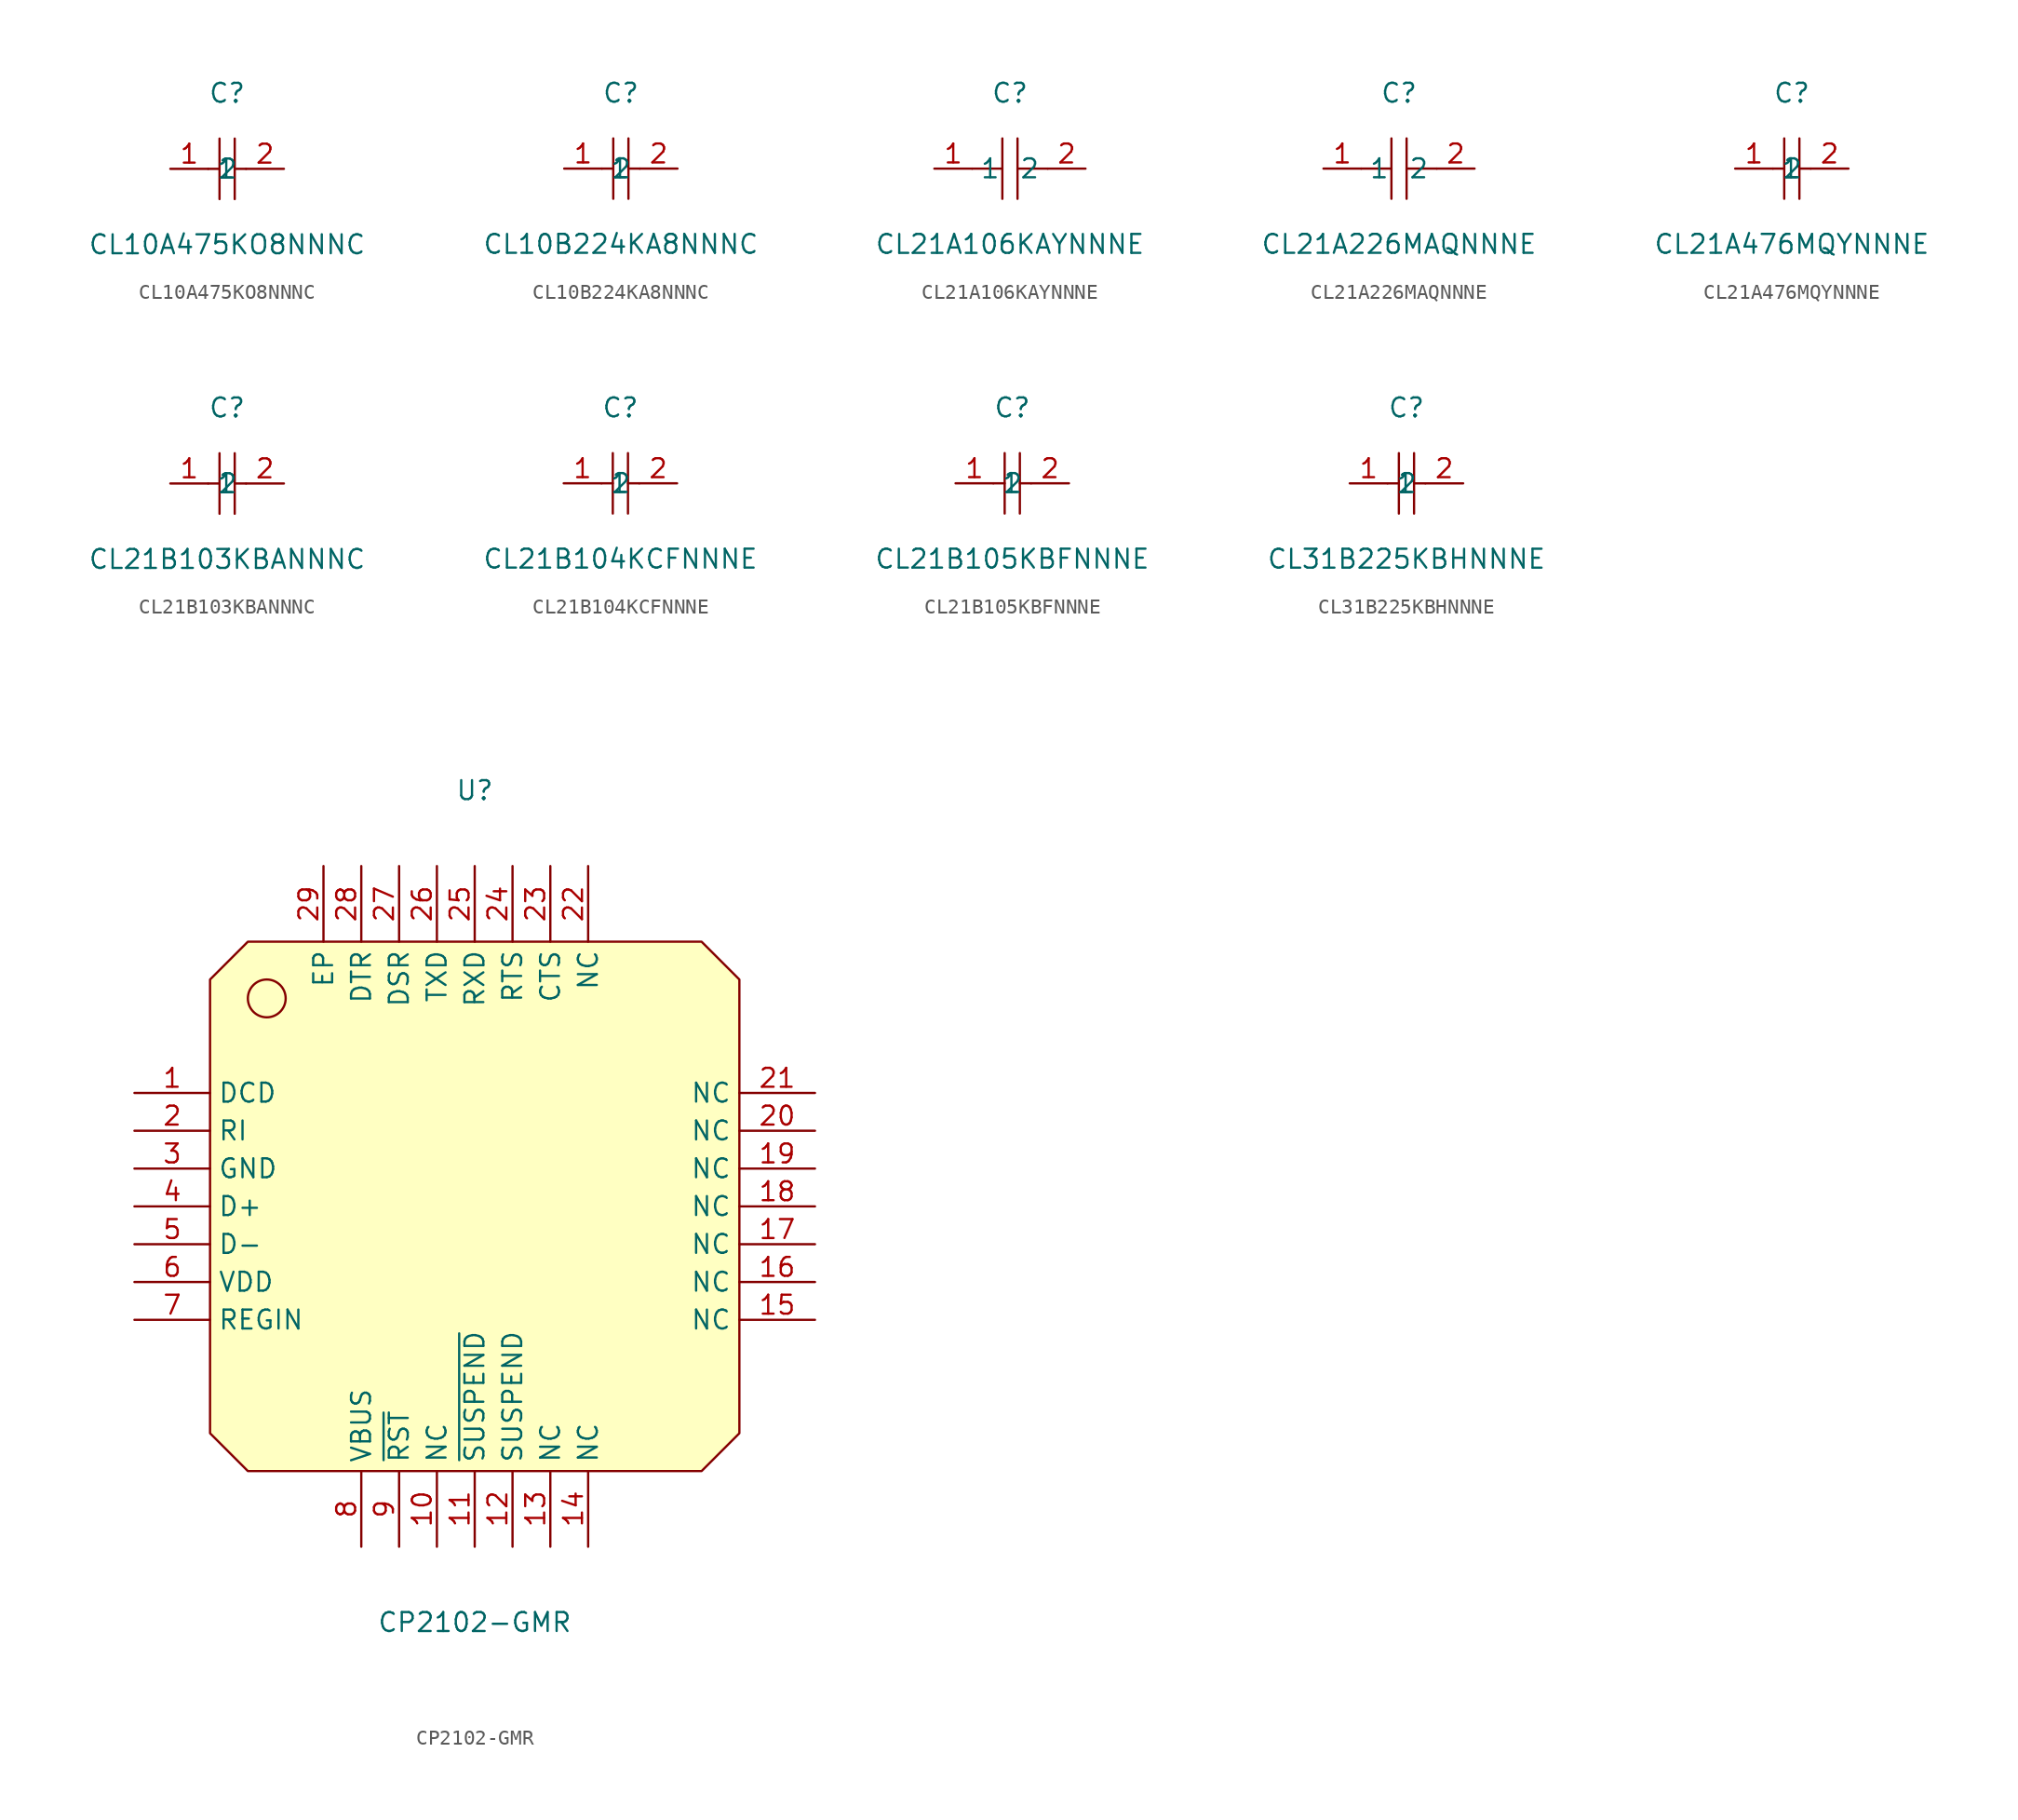
<source format=kicad_sym>
(kicad_symbol_lib
  (version 20231120)
  (generator "kicad_symbol_editor")
  (generator_version "8.0")
  (symbol "CL10A475KO8NNNC"
    (property "Reference" "C"
      (at 0 5.08 0)
      (effects (font (size 1.27 1.27))))
    (property "Value" "CL10A475KO8NNNC"
      (at 0 -5.08 0)
      (effects (font (size 1.27 1.27))))
    (symbol "CL10A475KO8NNNC_0_1"
      (polyline (pts (xy -1.27 0) (xy -0.51 0)) (stroke (width 0) (type default)) (fill (type none)))
      (polyline (pts (xy -0.51 2.03) (xy -0.51 -2.03)) (stroke (width 0) (type default)) (fill (type none)))
      (polyline (pts (xy 0.51 0) (xy 1.27 0)) (stroke (width 0) (type default)) (fill (type none)))
      (polyline (pts (xy 0.51 2.03) (xy 0.51 -2.03)) (stroke (width 0) (type default)) (fill (type none)))
      (pin input line (at -3.81 0 0) (length 2.54) (name "1" (effects (font (size 1.27 1.27)))) (number "1" (effects (font (size 1.27 1.27)))))
      (pin input line (at 3.81 0 180) (length 2.54) (name "2" (effects (font (size 1.27 1.27)))) (number "2" (effects (font (size 1.27 1.27)))))))
  (symbol "CL10B224KA8NNNC"
    (property "Reference" "C"
      (at 0 5.08 0)
      (effects (font (size 1.27 1.27))))
    (property "Value" "CL10B224KA8NNNC"
      (at 0 -5.08 0)
      (effects (font (size 1.27 1.27))))
    (symbol "CL10B224KA8NNNC_0_1"
      (polyline (pts (xy -1.27 0) (xy -0.51 0)) (stroke (width 0) (type default)) (fill (type none)))
      (polyline (pts (xy -0.51 2.03) (xy -0.51 -2.03)) (stroke (width 0) (type default)) (fill (type none)))
      (polyline (pts (xy 0.51 0) (xy 1.27 0)) (stroke (width 0) (type default)) (fill (type none)))
      (polyline (pts (xy 0.51 2.03) (xy 0.51 -2.03)) (stroke (width 0) (type default)) (fill (type none)))
      (pin input line (at -3.81 0 0) (length 2.54) (name "1" (effects (font (size 1.27 1.27)))) (number "1" (effects (font (size 1.27 1.27)))))
      (pin input line (at 3.81 0 180) (length 2.54) (name "2" (effects (font (size 1.27 1.27)))) (number "2" (effects (font (size 1.27 1.27)))))))
  (symbol "CL21A106KAYNNNE"
    (property "Reference" "C"
      (at 0 5.08 0)
      (effects (font (size 1.27 1.27))))
    (property "Value" "CL21A106KAYNNNE"
      (at 0 -5.08 0)
      (effects (font (size 1.27 1.27))))
    (symbol "CL21A106KAYNNNE_0_1"
      (polyline (pts (xy -0.51 -2.03) (xy -0.51 2.03)) (stroke (width 0) (type default)) (fill (type none)))
      (polyline (pts (xy -0.51 0) (xy -2.54 0)) (stroke (width 0) (type default)) (fill (type none)))
      (polyline (pts (xy 0.51 2.03) (xy 0.51 -2.03)) (stroke (width 0) (type default)) (fill (type none)))
      (polyline (pts (xy 2.54 0) (xy 0.51 0)) (stroke (width 0) (type default)) (fill (type none)))
      (pin unspecified line (at -5.08 0 0) (length 2.54) (name "1" (effects (font (size 1.27 1.27)))) (number "1" (effects (font (size 1.27 1.27)))))
      (pin unspecified line (at 5.08 0 180) (length 2.54) (name "2" (effects (font (size 1.27 1.27)))) (number "2" (effects (font (size 1.27 1.27)))))))
  (symbol "CL21A226MAQNNNE"
    (property "Reference" "C"
      (at 0 5.08 0)
      (effects (font (size 1.27 1.27))))
    (property "Value" "CL21A226MAQNNNE"
      (at 0 -5.08 0)
      (effects (font (size 1.27 1.27))))
    (symbol "CL21A226MAQNNNE_0_1"
      (polyline (pts (xy -0.51 -2.03) (xy -0.51 2.03)) (stroke (width 0) (type default)) (fill (type none)))
      (polyline (pts (xy -0.51 0) (xy -2.54 0)) (stroke (width 0) (type default)) (fill (type none)))
      (polyline (pts (xy 0.51 2.03) (xy 0.51 -2.03)) (stroke (width 0) (type default)) (fill (type none)))
      (polyline (pts (xy 2.54 0) (xy 0.51 0)) (stroke (width 0) (type default)) (fill (type none)))
      (pin unspecified line (at -5.08 0 0) (length 2.54) (name "1" (effects (font (size 1.27 1.27)))) (number "1" (effects (font (size 1.27 1.27)))))
      (pin unspecified line (at 5.08 0 180) (length 2.54) (name "2" (effects (font (size 1.27 1.27)))) (number "2" (effects (font (size 1.27 1.27)))))))
  (symbol "CL21A476MQYNNNE"
    (property "Reference" "C"
      (at 0 5.08 0)
      (effects (font (size 1.27 1.27))))
    (property "Value" "CL21A476MQYNNNE"
      (at 0 -5.08 0)
      (effects (font (size 1.27 1.27))))
    (symbol "CL21A476MQYNNNE_0_1"
      (polyline (pts (xy -1.27 0) (xy -0.51 0)) (stroke (width 0) (type default)) (fill (type none)))
      (polyline (pts (xy -0.51 2.03) (xy -0.51 -2.03)) (stroke (width 0) (type default)) (fill (type none)))
      (polyline (pts (xy 0.51 0) (xy 1.27 0)) (stroke (width 0) (type default)) (fill (type none)))
      (polyline (pts (xy 0.51 2.03) (xy 0.51 -2.03)) (stroke (width 0) (type default)) (fill (type none)))
      (pin input line (at -3.81 0 0) (length 2.54) (name "1" (effects (font (size 1.27 1.27)))) (number "1" (effects (font (size 1.27 1.27)))))
      (pin input line (at 3.81 0 180) (length 2.54) (name "2" (effects (font (size 1.27 1.27)))) (number "2" (effects (font (size 1.27 1.27)))))))
  (symbol "CL21B103KBANNNC"
    (property "Reference" "C"
      (at 0 5.08 0)
      (effects (font (size 1.27 1.27))))
    (property "Value" "CL21B103KBANNNC"
      (at 0 -5.08 0)
      (effects (font (size 1.27 1.27))))
    (symbol "CL21B103KBANNNC_0_1"
      (polyline (pts (xy -1.27 0) (xy -0.51 0)) (stroke (width 0) (type default)) (fill (type none)))
      (polyline (pts (xy -0.51 2.03) (xy -0.51 -2.03)) (stroke (width 0) (type default)) (fill (type none)))
      (polyline (pts (xy 0.51 0) (xy 1.27 0)) (stroke (width 0) (type default)) (fill (type none)))
      (polyline (pts (xy 0.51 2.03) (xy 0.51 -2.03)) (stroke (width 0) (type default)) (fill (type none)))
      (pin input line (at -3.81 0 0) (length 2.54) (name "1" (effects (font (size 1.27 1.27)))) (number "1" (effects (font (size 1.27 1.27)))))
      (pin input line (at 3.81 0 180) (length 2.54) (name "2" (effects (font (size 1.27 1.27)))) (number "2" (effects (font (size 1.27 1.27)))))))
  (symbol "CL21B104KCFNNNE"
    (property "Reference" "C"
      (at 0 5.08 0)
      (effects (font (size 1.27 1.27))))
    (property "Value" "CL21B104KCFNNNE"
      (at 0 -5.08 0)
      (effects (font (size 1.27 1.27))))
    (symbol "CL21B104KCFNNNE_0_1"
      (polyline (pts (xy -1.27 0) (xy -0.51 0)) (stroke (width 0) (type default)) (fill (type none)))
      (polyline (pts (xy -0.51 2.03) (xy -0.51 -2.03)) (stroke (width 0) (type default)) (fill (type none)))
      (polyline (pts (xy 0.51 0) (xy 1.27 0)) (stroke (width 0) (type default)) (fill (type none)))
      (polyline (pts (xy 0.51 2.03) (xy 0.51 -2.03)) (stroke (width 0) (type default)) (fill (type none)))
      (pin input line (at -3.81 0 0) (length 2.54) (name "1" (effects (font (size 1.27 1.27)))) (number "1" (effects (font (size 1.27 1.27)))))
      (pin input line (at 3.81 0 180) (length 2.54) (name "2" (effects (font (size 1.27 1.27)))) (number "2" (effects (font (size 1.27 1.27)))))))
  (symbol "CL21B105KBFNNNE"
    (property "Reference" "C"
      (at 0 5.08 0)
      (effects (font (size 1.27 1.27))))
    (property "Value" "CL21B105KBFNNNE"
      (at 0 -5.08 0)
      (effects (font (size 1.27 1.27))))
    (symbol "CL21B105KBFNNNE_0_1"
      (polyline (pts (xy -1.27 0) (xy -0.51 0)) (stroke (width 0) (type default)) (fill (type none)))
      (polyline (pts (xy -0.51 2.03) (xy -0.51 -2.03)) (stroke (width 0) (type default)) (fill (type none)))
      (polyline (pts (xy 0.51 0) (xy 1.27 0)) (stroke (width 0) (type default)) (fill (type none)))
      (polyline (pts (xy 0.51 2.03) (xy 0.51 -2.03)) (stroke (width 0) (type default)) (fill (type none)))
      (pin input line (at -3.81 0 0) (length 2.54) (name "1" (effects (font (size 1.27 1.27)))) (number "1" (effects (font (size 1.27 1.27)))))
      (pin input line (at 3.81 0 180) (length 2.54) (name "2" (effects (font (size 1.27 1.27)))) (number "2" (effects (font (size 1.27 1.27)))))))
  (symbol "CL31B225KBHNNNE"
    (property "Reference" "C"
      (at 0 5.08 0)
      (effects (font (size 1.27 1.27))))
    (property "Value" "CL31B225KBHNNNE"
      (at 0 -5.08 0)
      (effects (font (size 1.27 1.27))))
    (symbol "CL31B225KBHNNNE_0_1"
      (polyline (pts (xy -1.27 0) (xy -0.51 0)) (stroke (width 0) (type default)) (fill (type none)))
      (polyline (pts (xy -0.51 2.03) (xy -0.51 -2.03)) (stroke (width 0) (type default)) (fill (type none)))
      (polyline (pts (xy 0.51 0) (xy 1.27 0)) (stroke (width 0) (type default)) (fill (type none)))
      (polyline (pts (xy 0.51 2.03) (xy 0.51 -2.03)) (stroke (width 0) (type default)) (fill (type none)))
      (pin input line (at -3.81 0 0) (length 2.54) (name "1" (effects (font (size 1.27 1.27)))) (number "1" (effects (font (size 1.27 1.27)))))
      (pin input line (at 3.81 0 180) (length 2.54) (name "2" (effects (font (size 1.27 1.27)))) (number "2" (effects (font (size 1.27 1.27)))))))
  (symbol "CP2102-GMR"
    (property "Reference" "U"
      (at 0 27.94 0)
      (effects (font (size 1.27 1.27))))
    (property "Value" "CP2102-GMR"
      (at 0 -27.94 0)
      (effects (font (size 1.27 1.27))))
    (symbol "CP2102-GMR_0_1"
      (circle (center -13.97 13.97) (radius 1.27) (stroke (width 0) (type default)) (fill (type none)))
      (polyline (pts (xy -15.24 17.78) (xy 15.24 17.78) (xy 17.78 15.24) (xy 17.78 -15.24) (xy 15.24 -17.78) (xy -15.24 -17.78) (xy -17.78 -15.24) (xy -17.78 15.24) (xy -15.24 17.78)) (stroke (width 0) (type default)) (fill (type background)))
      (pin unspecified line (at -22.86 7.62 0) (length 5.08) (name "DCD" (effects (font (size 1.27 1.27)))) (number "1" (effects (font (size 1.27 1.27)))))
      (pin unspecified line (at -2.54 -22.86 90) (length 5.08) (name "NC" (effects (font (size 1.27 1.27)))) (number "10" (effects (font (size 1.27 1.27)))))
      (pin unspecified line (at 0 -22.86 90) (length 5.08) (name "~{SUSPEND}" (effects (font (size 1.27 1.27)))) (number "11" (effects (font (size 1.27 1.27)))))
      (pin unspecified line (at 2.54 -22.86 90) (length 5.08) (name "SUSPEND" (effects (font (size 1.27 1.27)))) (number "12" (effects (font (size 1.27 1.27)))))
      (pin unspecified line (at 5.08 -22.86 90) (length 5.08) (name "NC" (effects (font (size 1.27 1.27)))) (number "13" (effects (font (size 1.27 1.27)))))
      (pin unspecified line (at 7.62 -22.86 90) (length 5.08) (name "NC" (effects (font (size 1.27 1.27)))) (number "14" (effects (font (size 1.27 1.27)))))
      (pin unspecified line (at 22.86 -7.62 180) (length 5.08) (name "NC" (effects (font (size 1.27 1.27)))) (number "15" (effects (font (size 1.27 1.27)))))
      (pin unspecified line (at 22.86 -5.08 180) (length 5.08) (name "NC" (effects (font (size 1.27 1.27)))) (number "16" (effects (font (size 1.27 1.27)))))
      (pin unspecified line (at 22.86 -2.54 180) (length 5.08) (name "NC" (effects (font (size 1.27 1.27)))) (number "17" (effects (font (size 1.27 1.27)))))
      (pin unspecified line (at 22.86 0 180) (length 5.08) (name "NC" (effects (font (size 1.27 1.27)))) (number "18" (effects (font (size 1.27 1.27)))))
      (pin unspecified line (at 22.86 2.54 180) (length 5.08) (name "NC" (effects (font (size 1.27 1.27)))) (number "19" (effects (font (size 1.27 1.27)))))
      (pin unspecified line (at -22.86 5.08 0) (length 5.08) (name "RI" (effects (font (size 1.27 1.27)))) (number "2" (effects (font (size 1.27 1.27)))))
      (pin unspecified line (at 22.86 5.08 180) (length 5.08) (name "NC" (effects (font (size 1.27 1.27)))) (number "20" (effects (font (size 1.27 1.27)))))
      (pin unspecified line (at 22.86 7.62 180) (length 5.08) (name "NC" (effects (font (size 1.27 1.27)))) (number "21" (effects (font (size 1.27 1.27)))))
      (pin unspecified line (at 7.62 22.86 270) (length 5.08) (name "NC" (effects (font (size 1.27 1.27)))) (number "22" (effects (font (size 1.27 1.27)))))
      (pin unspecified line (at 5.08 22.86 270) (length 5.08) (name "CTS" (effects (font (size 1.27 1.27)))) (number "23" (effects (font (size 1.27 1.27)))))
      (pin unspecified line (at 2.54 22.86 270) (length 5.08) (name "RTS" (effects (font (size 1.27 1.27)))) (number "24" (effects (font (size 1.27 1.27)))))
      (pin unspecified line (at 0 22.86 270) (length 5.08) (name "RXD" (effects (font (size 1.27 1.27)))) (number "25" (effects (font (size 1.27 1.27)))))
      (pin unspecified line (at -2.54 22.86 270) (length 5.08) (name "TXD" (effects (font (size 1.27 1.27)))) (number "26" (effects (font (size 1.27 1.27)))))
      (pin unspecified line (at -5.08 22.86 270) (length 5.08) (name "DSR" (effects (font (size 1.27 1.27)))) (number "27" (effects (font (size 1.27 1.27)))))
      (pin unspecified line (at -7.62 22.86 270) (length 5.08) (name "DTR" (effects (font (size 1.27 1.27)))) (number "28" (effects (font (size 1.27 1.27)))))
      (pin unspecified line (at -10.16 22.86 270) (length 5.08) (name "EP" (effects (font (size 1.27 1.27)))) (number "29" (effects (font (size 1.27 1.27)))))
      (pin unspecified line (at -22.86 2.54 0) (length 5.08) (name "GND" (effects (font (size 1.27 1.27)))) (number "3" (effects (font (size 1.27 1.27)))))
      (pin unspecified line (at -22.86 0 0) (length 5.08) (name "D+" (effects (font (size 1.27 1.27)))) (number "4" (effects (font (size 1.27 1.27)))))
      (pin unspecified line (at -22.86 -2.54 0) (length 5.08) (name "D-" (effects (font (size 1.27 1.27)))) (number "5" (effects (font (size 1.27 1.27)))))
      (pin unspecified line (at -22.86 -5.08 0) (length 5.08) (name "VDD" (effects (font (size 1.27 1.27)))) (number "6" (effects (font (size 1.27 1.27)))))
      (pin unspecified line (at -22.86 -7.62 0) (length 5.08) (name "REGIN" (effects (font (size 1.27 1.27)))) (number "7" (effects (font (size 1.27 1.27)))))
      (pin unspecified line (at -7.62 -22.86 90) (length 5.08) (name "VBUS" (effects (font (size 1.27 1.27)))) (number "8" (effects (font (size 1.27 1.27)))))
      (pin unspecified line (at -5.08 -22.86 90) (length 5.08) (name "~{RST}" (effects (font (size 1.27 1.27)))) (number "9" (effects (font (size 1.27 1.27))))))))
</source>
